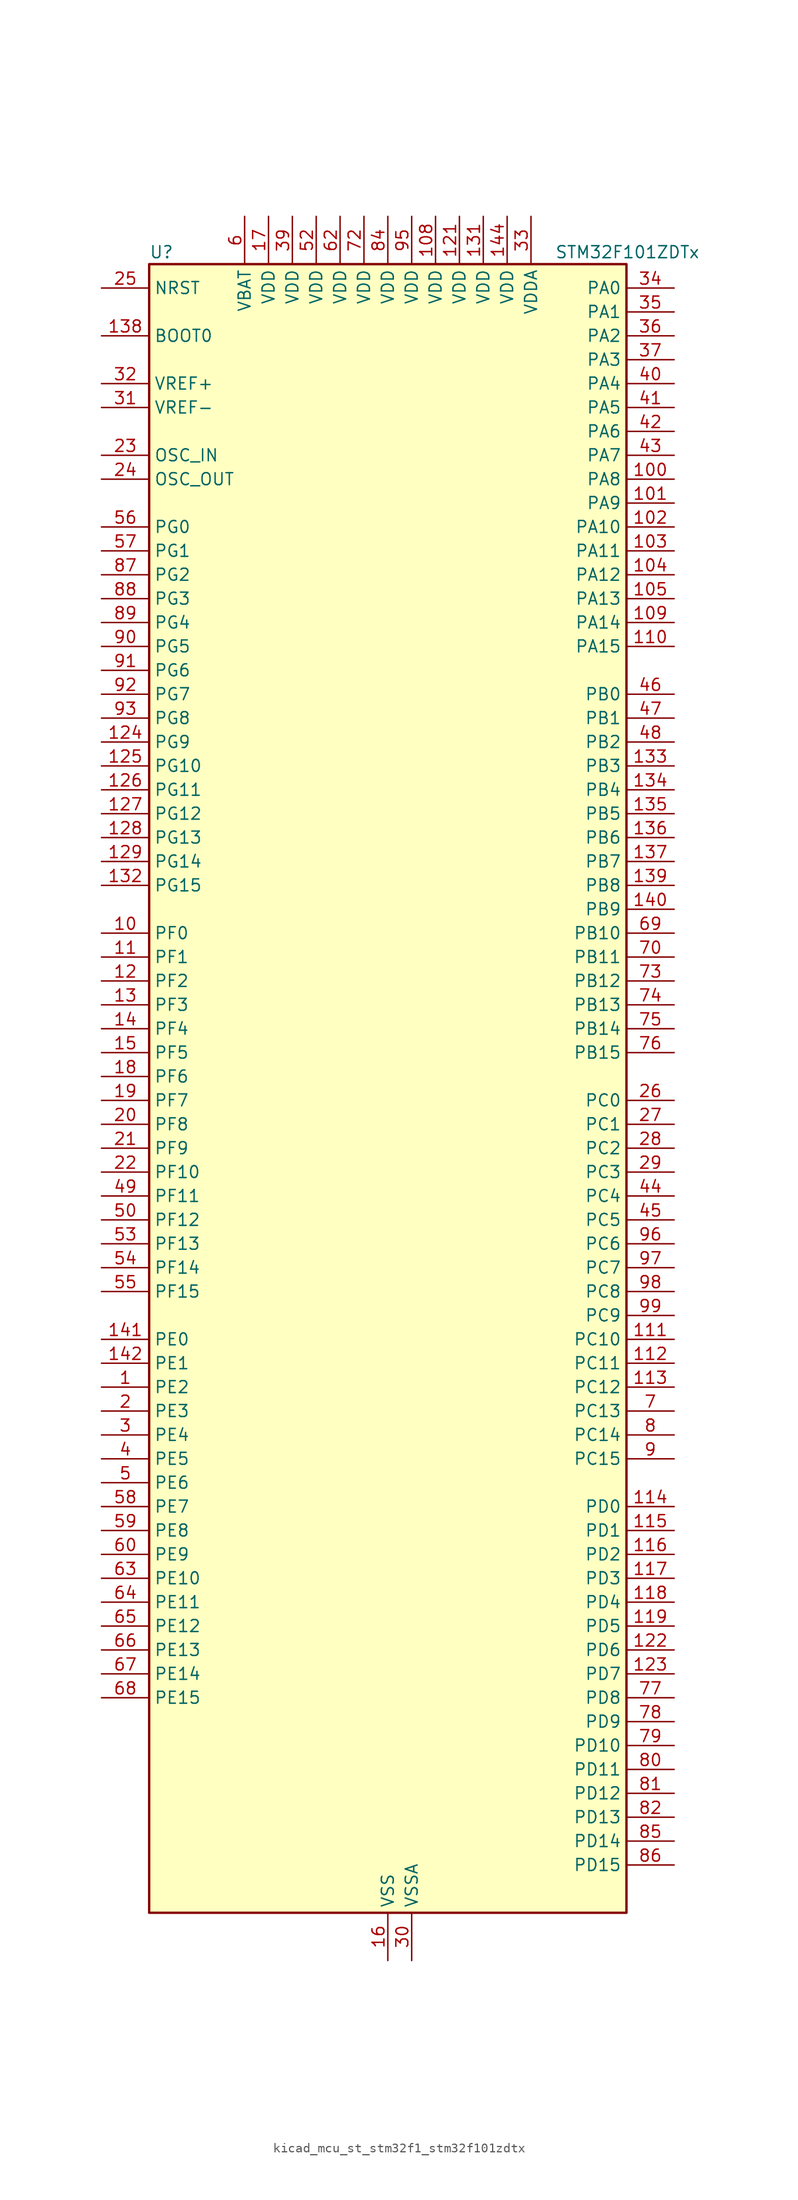
<source format=kicad_sym>
(kicad_symbol_lib
  (version 20220914)
  (generator kicad_symbol_editor)
  (symbol "kicad_mcu_st_stm32f1_stm32f101zdtx"
    (property "Reference" "U"
      (at -25.4 90.17 0)
      (effects (font (size 1.27 1.27)) (justify left)))
    (property "Value" "STM32F101ZDTx"
      (at 17.78 90.17 0)
      (effects (font (size 1.27 1.27)) (justify left)))
    (property "ki_locked" ""
      (at 0 0 0)
      (effects (font (size 1.27 1.27))))
    (symbol "kicad_mcu_st_stm32f1_stm32f101zdtx_0_1"
      (rectangle (start -25.4 -86.36) (end 25.4 88.9) (stroke (width 0.254) (type default)) (fill (type background))))
    (symbol "kicad_mcu_st_stm32f1_stm32f101zdtx_1_1"
      (pin bidirectional line (at -30.48 -30.48 0) (length 5.08) (name "PE2" (effects (font (size 1.27 1.27)))) (number "1" (effects (font (size 1.27 1.27)))) (alternate "FSMC_A23" bidirectional line) (alternate "SYS_TRACECLK" bidirectional line))
      (pin bidirectional line (at -30.48 17.78 0) (length 5.08) (name "PF0" (effects (font (size 1.27 1.27)))) (number "10" (effects (font (size 1.27 1.27)))) (alternate "FSMC_A0" bidirectional line))
      (pin bidirectional line (at 30.48 66.04 180) (length 5.08) (name "PA8" (effects (font (size 1.27 1.27)))) (number "100" (effects (font (size 1.27 1.27)))) (alternate "RCC_MCO" bidirectional line) (alternate "USART1_CK" bidirectional line))
      (pin bidirectional line (at 30.48 63.5 180) (length 5.08) (name "PA9" (effects (font (size 1.27 1.27)))) (number "101" (effects (font (size 1.27 1.27)))) (alternate "DAC_EXTI9" bidirectional line) (alternate "USART1_TX" bidirectional line))
      (pin bidirectional line (at 30.48 60.96 180) (length 5.08) (name "PA10" (effects (font (size 1.27 1.27)))) (number "102" (effects (font (size 1.27 1.27)))) (alternate "USART1_RX" bidirectional line))
      (pin bidirectional line (at 30.48 58.42 180) (length 5.08) (name "PA11" (effects (font (size 1.27 1.27)))) (number "103" (effects (font (size 1.27 1.27)))) (alternate "ADC1_EXTI11" bidirectional line) (alternate "USART1_CTS" bidirectional line))
      (pin bidirectional line (at 30.48 55.88 180) (length 5.08) (name "PA12" (effects (font (size 1.27 1.27)))) (number "104" (effects (font (size 1.27 1.27)))) (alternate "USART1_RTS" bidirectional line))
      (pin bidirectional line (at 30.48 53.34 180) (length 5.08) (name "PA13" (effects (font (size 1.27 1.27)))) (number "105" (effects (font (size 1.27 1.27)))) (alternate "SYS_JTMS-SWDIO" bidirectional line))
      (pin no_connect line (at -25.4 -86.36 0) (length 5.08) hide (name "NC" (effects (font (size 1.27 1.27)))) (number "106" (effects (font (size 1.27 1.27)))))
      (pin passive line (at 0 -91.44 90) (length 5.08) hide (name "VSS" (effects (font (size 1.27 1.27)))) (number "107" (effects (font (size 1.27 1.27)))))
      (pin power_in line (at 5.08 93.98 270) (length 5.08) (name "VDD" (effects (font (size 1.27 1.27)))) (number "108" (effects (font (size 1.27 1.27)))))
      (pin bidirectional line (at 30.48 50.8 180) (length 5.08) (name "PA14" (effects (font (size 1.27 1.27)))) (number "109" (effects (font (size 1.27 1.27)))) (alternate "SYS_JTCK-SWCLK" bidirectional line))
      (pin bidirectional line (at -30.48 15.24 0) (length 5.08) (name "PF1" (effects (font (size 1.27 1.27)))) (number "11" (effects (font (size 1.27 1.27)))) (alternate "FSMC_A1" bidirectional line))
      (pin bidirectional line (at 30.48 48.26 180) (length 5.08) (name "PA15" (effects (font (size 1.27 1.27)))) (number "110" (effects (font (size 1.27 1.27)))) (alternate "ADC1_EXTI15" bidirectional line) (alternate "SPI1_NSS" bidirectional line) (alternate "SPI3_NSS" bidirectional line) (alternate "SYS_JTDI" bidirectional line) (alternate "TIM2_CH1" bidirectional line) (alternate "TIM2_ETR" bidirectional line))
      (pin bidirectional line (at 30.48 -25.4 180) (length 5.08) (name "PC10" (effects (font (size 1.27 1.27)))) (number "111" (effects (font (size 1.27 1.27)))) (alternate "UART4_TX" bidirectional line) (alternate "USART3_TX" bidirectional line))
      (pin bidirectional line (at 30.48 -27.94 180) (length 5.08) (name "PC11" (effects (font (size 1.27 1.27)))) (number "112" (effects (font (size 1.27 1.27)))) (alternate "ADC1_EXTI11" bidirectional line) (alternate "UART4_RX" bidirectional line) (alternate "USART3_RX" bidirectional line))
      (pin bidirectional line (at 30.48 -30.48 180) (length 5.08) (name "PC12" (effects (font (size 1.27 1.27)))) (number "113" (effects (font (size 1.27 1.27)))) (alternate "UART5_TX" bidirectional line) (alternate "USART3_CK" bidirectional line))
      (pin bidirectional line (at 30.48 -43.18 180) (length 5.08) (name "PD0" (effects (font (size 1.27 1.27)))) (number "114" (effects (font (size 1.27 1.27)))) (alternate "FSMC_D2" bidirectional line) (alternate "FSMC_DA2" bidirectional line))
      (pin bidirectional line (at 30.48 -45.72 180) (length 5.08) (name "PD1" (effects (font (size 1.27 1.27)))) (number "115" (effects (font (size 1.27 1.27)))) (alternate "FSMC_D3" bidirectional line) (alternate "FSMC_DA3" bidirectional line))
      (pin bidirectional line (at 30.48 -48.26 180) (length 5.08) (name "PD2" (effects (font (size 1.27 1.27)))) (number "116" (effects (font (size 1.27 1.27)))) (alternate "TIM3_ETR" bidirectional line) (alternate "UART5_RX" bidirectional line))
      (pin bidirectional line (at 30.48 -50.8 180) (length 5.08) (name "PD3" (effects (font (size 1.27 1.27)))) (number "117" (effects (font (size 1.27 1.27)))) (alternate "FSMC_CLK" bidirectional line) (alternate "USART2_CTS" bidirectional line))
      (pin bidirectional line (at 30.48 -53.34 180) (length 5.08) (name "PD4" (effects (font (size 1.27 1.27)))) (number "118" (effects (font (size 1.27 1.27)))) (alternate "FSMC_NOE" bidirectional line) (alternate "USART2_RTS" bidirectional line))
      (pin bidirectional line (at 30.48 -55.88 180) (length 5.08) (name "PD5" (effects (font (size 1.27 1.27)))) (number "119" (effects (font (size 1.27 1.27)))) (alternate "FSMC_NWE" bidirectional line) (alternate "USART2_TX" bidirectional line))
      (pin bidirectional line (at -30.48 12.7 0) (length 5.08) (name "PF2" (effects (font (size 1.27 1.27)))) (number "12" (effects (font (size 1.27 1.27)))) (alternate "FSMC_A2" bidirectional line))
      (pin passive line (at 0 -91.44 90) (length 5.08) hide (name "VSS" (effects (font (size 1.27 1.27)))) (number "120" (effects (font (size 1.27 1.27)))))
      (pin power_in line (at 7.62 93.98 270) (length 5.08) (name "VDD" (effects (font (size 1.27 1.27)))) (number "121" (effects (font (size 1.27 1.27)))))
      (pin bidirectional line (at 30.48 -58.42 180) (length 5.08) (name "PD6" (effects (font (size 1.27 1.27)))) (number "122" (effects (font (size 1.27 1.27)))) (alternate "FSMC_NWAIT" bidirectional line) (alternate "USART2_RX" bidirectional line))
      (pin bidirectional line (at 30.48 -60.96 180) (length 5.08) (name "PD7" (effects (font (size 1.27 1.27)))) (number "123" (effects (font (size 1.27 1.27)))) (alternate "FSMC_NCE2" bidirectional line) (alternate "FSMC_NE1" bidirectional line) (alternate "USART2_CK" bidirectional line))
      (pin bidirectional line (at -30.48 38.1 0) (length 5.08) (name "PG9" (effects (font (size 1.27 1.27)))) (number "124" (effects (font (size 1.27 1.27)))) (alternate "DAC_EXTI9" bidirectional line) (alternate "FSMC_NCE3" bidirectional line) (alternate "FSMC_NE2" bidirectional line))
      (pin bidirectional line (at -30.48 35.56 0) (length 5.08) (name "PG10" (effects (font (size 1.27 1.27)))) (number "125" (effects (font (size 1.27 1.27)))) (alternate "FSMC_NCE4_1" bidirectional line) (alternate "FSMC_NE3" bidirectional line))
      (pin bidirectional line (at -30.48 33.02 0) (length 5.08) (name "PG11" (effects (font (size 1.27 1.27)))) (number "126" (effects (font (size 1.27 1.27)))) (alternate "ADC1_EXTI11" bidirectional line) (alternate "FSMC_NCE4_2" bidirectional line))
      (pin bidirectional line (at -30.48 30.48 0) (length 5.08) (name "PG12" (effects (font (size 1.27 1.27)))) (number "127" (effects (font (size 1.27 1.27)))) (alternate "FSMC_NE4" bidirectional line))
      (pin bidirectional line (at -30.48 27.94 0) (length 5.08) (name "PG13" (effects (font (size 1.27 1.27)))) (number "128" (effects (font (size 1.27 1.27)))) (alternate "FSMC_A24" bidirectional line))
      (pin bidirectional line (at -30.48 25.4 0) (length 5.08) (name "PG14" (effects (font (size 1.27 1.27)))) (number "129" (effects (font (size 1.27 1.27)))) (alternate "FSMC_A25" bidirectional line))
      (pin bidirectional line (at -30.48 10.16 0) (length 5.08) (name "PF3" (effects (font (size 1.27 1.27)))) (number "13" (effects (font (size 1.27 1.27)))) (alternate "FSMC_A3" bidirectional line))
      (pin passive line (at 0 -91.44 90) (length 5.08) hide (name "VSS" (effects (font (size 1.27 1.27)))) (number "130" (effects (font (size 1.27 1.27)))))
      (pin power_in line (at 10.16 93.98 270) (length 5.08) (name "VDD" (effects (font (size 1.27 1.27)))) (number "131" (effects (font (size 1.27 1.27)))))
      (pin bidirectional line (at -30.48 22.86 0) (length 5.08) (name "PG15" (effects (font (size 1.27 1.27)))) (number "132" (effects (font (size 1.27 1.27)))) (alternate "ADC1_EXTI15" bidirectional line))
      (pin bidirectional line (at 30.48 35.56 180) (length 5.08) (name "PB3" (effects (font (size 1.27 1.27)))) (number "133" (effects (font (size 1.27 1.27)))) (alternate "SPI1_SCK" bidirectional line) (alternate "SPI3_SCK" bidirectional line) (alternate "SYS_JTDO-TRACESWO" bidirectional line) (alternate "TIM2_CH2" bidirectional line))
      (pin bidirectional line (at 30.48 33.02 180) (length 5.08) (name "PB4" (effects (font (size 1.27 1.27)))) (number "134" (effects (font (size 1.27 1.27)))) (alternate "SPI1_MISO" bidirectional line) (alternate "SPI3_MISO" bidirectional line) (alternate "SYS_NJTRST" bidirectional line) (alternate "TIM3_CH1" bidirectional line))
      (pin bidirectional line (at 30.48 30.48 180) (length 5.08) (name "PB5" (effects (font (size 1.27 1.27)))) (number "135" (effects (font (size 1.27 1.27)))) (alternate "I2C1_SMBA" bidirectional line) (alternate "SPI1_MOSI" bidirectional line) (alternate "SPI3_MOSI" bidirectional line) (alternate "TIM3_CH2" bidirectional line))
      (pin bidirectional line (at 30.48 27.94 180) (length 5.08) (name "PB6" (effects (font (size 1.27 1.27)))) (number "136" (effects (font (size 1.27 1.27)))) (alternate "I2C1_SCL" bidirectional line) (alternate "TIM4_CH1" bidirectional line) (alternate "USART1_TX" bidirectional line))
      (pin bidirectional line (at 30.48 25.4 180) (length 5.08) (name "PB7" (effects (font (size 1.27 1.27)))) (number "137" (effects (font (size 1.27 1.27)))) (alternate "FSMC_NL" bidirectional line) (alternate "I2C1_SDA" bidirectional line) (alternate "TIM4_CH2" bidirectional line) (alternate "USART1_RX" bidirectional line))
      (pin input line (at -30.48 81.28 0) (length 5.08) (name "BOOT0" (effects (font (size 1.27 1.27)))) (number "138" (effects (font (size 1.27 1.27)))))
      (pin bidirectional line (at 30.48 22.86 180) (length 5.08) (name "PB8" (effects (font (size 1.27 1.27)))) (number "139" (effects (font (size 1.27 1.27)))) (alternate "I2C1_SCL" bidirectional line) (alternate "TIM4_CH3" bidirectional line))
      (pin bidirectional line (at -30.48 7.62 0) (length 5.08) (name "PF4" (effects (font (size 1.27 1.27)))) (number "14" (effects (font (size 1.27 1.27)))) (alternate "FSMC_A4" bidirectional line))
      (pin bidirectional line (at 30.48 20.32 180) (length 5.08) (name "PB9" (effects (font (size 1.27 1.27)))) (number "140" (effects (font (size 1.27 1.27)))) (alternate "DAC_EXTI9" bidirectional line) (alternate "I2C1_SDA" bidirectional line) (alternate "TIM4_CH4" bidirectional line))
      (pin bidirectional line (at -30.48 -25.4 0) (length 5.08) (name "PE0" (effects (font (size 1.27 1.27)))) (number "141" (effects (font (size 1.27 1.27)))) (alternate "FSMC_NBL0" bidirectional line) (alternate "TIM4_ETR" bidirectional line))
      (pin bidirectional line (at -30.48 -27.94 0) (length 5.08) (name "PE1" (effects (font (size 1.27 1.27)))) (number "142" (effects (font (size 1.27 1.27)))) (alternate "FSMC_NBL1" bidirectional line))
      (pin passive line (at 0 -91.44 90) (length 5.08) hide (name "VSS" (effects (font (size 1.27 1.27)))) (number "143" (effects (font (size 1.27 1.27)))))
      (pin power_in line (at 12.7 93.98 270) (length 5.08) (name "VDD" (effects (font (size 1.27 1.27)))) (number "144" (effects (font (size 1.27 1.27)))))
      (pin bidirectional line (at -30.48 5.08 0) (length 5.08) (name "PF5" (effects (font (size 1.27 1.27)))) (number "15" (effects (font (size 1.27 1.27)))) (alternate "FSMC_A5" bidirectional line))
      (pin power_in line (at 0 -91.44 90) (length 5.08) (name "VSS" (effects (font (size 1.27 1.27)))) (number "16" (effects (font (size 1.27 1.27)))))
      (pin power_in line (at -12.7 93.98 270) (length 5.08) (name "VDD" (effects (font (size 1.27 1.27)))) (number "17" (effects (font (size 1.27 1.27)))))
      (pin bidirectional line (at -30.48 2.54 0) (length 5.08) (name "PF6" (effects (font (size 1.27 1.27)))) (number "18" (effects (font (size 1.27 1.27)))) (alternate "FSMC_NIORD" bidirectional line))
      (pin bidirectional line (at -30.48 0 0) (length 5.08) (name "PF7" (effects (font (size 1.27 1.27)))) (number "19" (effects (font (size 1.27 1.27)))) (alternate "FSMC_NREG" bidirectional line))
      (pin bidirectional line (at -30.48 -33.02 0) (length 5.08) (name "PE3" (effects (font (size 1.27 1.27)))) (number "2" (effects (font (size 1.27 1.27)))) (alternate "FSMC_A19" bidirectional line) (alternate "SYS_TRACED0" bidirectional line))
      (pin bidirectional line (at -30.48 -2.54 0) (length 5.08) (name "PF8" (effects (font (size 1.27 1.27)))) (number "20" (effects (font (size 1.27 1.27)))) (alternate "FSMC_NIOWR" bidirectional line))
      (pin bidirectional line (at -30.48 -5.08 0) (length 5.08) (name "PF9" (effects (font (size 1.27 1.27)))) (number "21" (effects (font (size 1.27 1.27)))) (alternate "DAC_EXTI9" bidirectional line) (alternate "FSMC_CD" bidirectional line))
      (pin bidirectional line (at -30.48 -7.62 0) (length 5.08) (name "PF10" (effects (font (size 1.27 1.27)))) (number "22" (effects (font (size 1.27 1.27)))) (alternate "FSMC_INTR" bidirectional line))
      (pin input line (at -30.48 68.58 0) (length 5.08) (name "OSC_IN" (effects (font (size 1.27 1.27)))) (number "23" (effects (font (size 1.27 1.27)))) (alternate "RCC_OSC_IN" bidirectional line))
      (pin input line (at -30.48 66.04 0) (length 5.08) (name "OSC_OUT" (effects (font (size 1.27 1.27)))) (number "24" (effects (font (size 1.27 1.27)))) (alternate "RCC_OSC_OUT" bidirectional line))
      (pin input line (at -30.48 86.36 0) (length 5.08) (name "NRST" (effects (font (size 1.27 1.27)))) (number "25" (effects (font (size 1.27 1.27)))))
      (pin bidirectional line (at 30.48 0 180) (length 5.08) (name "PC0" (effects (font (size 1.27 1.27)))) (number "26" (effects (font (size 1.27 1.27)))) (alternate "ADC1_IN10" bidirectional line))
      (pin bidirectional line (at 30.48 -2.54 180) (length 5.08) (name "PC1" (effects (font (size 1.27 1.27)))) (number "27" (effects (font (size 1.27 1.27)))) (alternate "ADC1_IN11" bidirectional line))
      (pin bidirectional line (at 30.48 -5.08 180) (length 5.08) (name "PC2" (effects (font (size 1.27 1.27)))) (number "28" (effects (font (size 1.27 1.27)))) (alternate "ADC1_IN12" bidirectional line))
      (pin bidirectional line (at 30.48 -7.62 180) (length 5.08) (name "PC3" (effects (font (size 1.27 1.27)))) (number "29" (effects (font (size 1.27 1.27)))) (alternate "ADC1_IN13" bidirectional line))
      (pin bidirectional line (at -30.48 -35.56 0) (length 5.08) (name "PE4" (effects (font (size 1.27 1.27)))) (number "3" (effects (font (size 1.27 1.27)))) (alternate "FSMC_A20" bidirectional line) (alternate "SYS_TRACED1" bidirectional line))
      (pin power_in line (at 2.54 -91.44 90) (length 5.08) (name "VSSA" (effects (font (size 1.27 1.27)))) (number "30" (effects (font (size 1.27 1.27)))))
      (pin input line (at -30.48 73.66 0) (length 5.08) (name "VREF-" (effects (font (size 1.27 1.27)))) (number "31" (effects (font (size 1.27 1.27)))))
      (pin input line (at -30.48 76.2 0) (length 5.08) (name "VREF+" (effects (font (size 1.27 1.27)))) (number "32" (effects (font (size 1.27 1.27)))))
      (pin power_in line (at 15.24 93.98 270) (length 5.08) (name "VDDA" (effects (font (size 1.27 1.27)))) (number "33" (effects (font (size 1.27 1.27)))))
      (pin bidirectional line (at 30.48 86.36 180) (length 5.08) (name "PA0" (effects (font (size 1.27 1.27)))) (number "34" (effects (font (size 1.27 1.27)))) (alternate "ADC1_IN0" bidirectional line) (alternate "SYS_WKUP" bidirectional line) (alternate "TIM2_CH1" bidirectional line) (alternate "TIM2_ETR" bidirectional line) (alternate "TIM5_CH1" bidirectional line) (alternate "USART2_CTS" bidirectional line))
      (pin bidirectional line (at 30.48 83.82 180) (length 5.08) (name "PA1" (effects (font (size 1.27 1.27)))) (number "35" (effects (font (size 1.27 1.27)))) (alternate "ADC1_IN1" bidirectional line) (alternate "TIM2_CH2" bidirectional line) (alternate "TIM5_CH2" bidirectional line) (alternate "USART2_RTS" bidirectional line))
      (pin bidirectional line (at 30.48 81.28 180) (length 5.08) (name "PA2" (effects (font (size 1.27 1.27)))) (number "36" (effects (font (size 1.27 1.27)))) (alternate "ADC1_IN2" bidirectional line) (alternate "TIM2_CH3" bidirectional line) (alternate "TIM5_CH3" bidirectional line) (alternate "USART2_TX" bidirectional line))
      (pin bidirectional line (at 30.48 78.74 180) (length 5.08) (name "PA3" (effects (font (size 1.27 1.27)))) (number "37" (effects (font (size 1.27 1.27)))) (alternate "ADC1_IN3" bidirectional line) (alternate "TIM2_CH4" bidirectional line) (alternate "TIM5_CH4" bidirectional line) (alternate "USART2_RX" bidirectional line))
      (pin passive line (at 0 -91.44 90) (length 5.08) hide (name "VSS" (effects (font (size 1.27 1.27)))) (number "38" (effects (font (size 1.27 1.27)))))
      (pin power_in line (at -10.16 93.98 270) (length 5.08) (name "VDD" (effects (font (size 1.27 1.27)))) (number "39" (effects (font (size 1.27 1.27)))))
      (pin bidirectional line (at -30.48 -38.1 0) (length 5.08) (name "PE5" (effects (font (size 1.27 1.27)))) (number "4" (effects (font (size 1.27 1.27)))) (alternate "FSMC_A21" bidirectional line) (alternate "SYS_TRACED2" bidirectional line))
      (pin bidirectional line (at 30.48 76.2 180) (length 5.08) (name "PA4" (effects (font (size 1.27 1.27)))) (number "40" (effects (font (size 1.27 1.27)))) (alternate "ADC1_IN4" bidirectional line) (alternate "DAC_OUT1" bidirectional line) (alternate "SPI1_NSS" bidirectional line) (alternate "USART2_CK" bidirectional line))
      (pin bidirectional line (at 30.48 73.66 180) (length 5.08) (name "PA5" (effects (font (size 1.27 1.27)))) (number "41" (effects (font (size 1.27 1.27)))) (alternate "ADC1_IN5" bidirectional line) (alternate "DAC_OUT2" bidirectional line) (alternate "SPI1_SCK" bidirectional line))
      (pin bidirectional line (at 30.48 71.12 180) (length 5.08) (name "PA6" (effects (font (size 1.27 1.27)))) (number "42" (effects (font (size 1.27 1.27)))) (alternate "ADC1_IN6" bidirectional line) (alternate "SPI1_MISO" bidirectional line) (alternate "TIM3_CH1" bidirectional line))
      (pin bidirectional line (at 30.48 68.58 180) (length 5.08) (name "PA7" (effects (font (size 1.27 1.27)))) (number "43" (effects (font (size 1.27 1.27)))) (alternate "ADC1_IN7" bidirectional line) (alternate "SPI1_MOSI" bidirectional line) (alternate "TIM3_CH2" bidirectional line))
      (pin bidirectional line (at 30.48 -10.16 180) (length 5.08) (name "PC4" (effects (font (size 1.27 1.27)))) (number "44" (effects (font (size 1.27 1.27)))) (alternate "ADC1_IN14" bidirectional line))
      (pin bidirectional line (at 30.48 -12.7 180) (length 5.08) (name "PC5" (effects (font (size 1.27 1.27)))) (number "45" (effects (font (size 1.27 1.27)))) (alternate "ADC1_IN15" bidirectional line))
      (pin bidirectional line (at 30.48 43.18 180) (length 5.08) (name "PB0" (effects (font (size 1.27 1.27)))) (number "46" (effects (font (size 1.27 1.27)))) (alternate "ADC1_IN8" bidirectional line) (alternate "TIM3_CH3" bidirectional line))
      (pin bidirectional line (at 30.48 40.64 180) (length 5.08) (name "PB1" (effects (font (size 1.27 1.27)))) (number "47" (effects (font (size 1.27 1.27)))) (alternate "ADC1_IN9" bidirectional line) (alternate "TIM3_CH4" bidirectional line))
      (pin bidirectional line (at 30.48 38.1 180) (length 5.08) (name "PB2" (effects (font (size 1.27 1.27)))) (number "48" (effects (font (size 1.27 1.27)))))
      (pin bidirectional line (at -30.48 -10.16 0) (length 5.08) (name "PF11" (effects (font (size 1.27 1.27)))) (number "49" (effects (font (size 1.27 1.27)))) (alternate "ADC1_EXTI11" bidirectional line) (alternate "FSMC_NIOS16" bidirectional line))
      (pin bidirectional line (at -30.48 -40.64 0) (length 5.08) (name "PE6" (effects (font (size 1.27 1.27)))) (number "5" (effects (font (size 1.27 1.27)))) (alternate "FSMC_A22" bidirectional line) (alternate "SYS_TRACED3" bidirectional line))
      (pin bidirectional line (at -30.48 -12.7 0) (length 5.08) (name "PF12" (effects (font (size 1.27 1.27)))) (number "50" (effects (font (size 1.27 1.27)))) (alternate "FSMC_A6" bidirectional line))
      (pin passive line (at 0 -91.44 90) (length 5.08) hide (name "VSS" (effects (font (size 1.27 1.27)))) (number "51" (effects (font (size 1.27 1.27)))))
      (pin power_in line (at -7.62 93.98 270) (length 5.08) (name "VDD" (effects (font (size 1.27 1.27)))) (number "52" (effects (font (size 1.27 1.27)))))
      (pin bidirectional line (at -30.48 -15.24 0) (length 5.08) (name "PF13" (effects (font (size 1.27 1.27)))) (number "53" (effects (font (size 1.27 1.27)))) (alternate "FSMC_A7" bidirectional line))
      (pin bidirectional line (at -30.48 -17.78 0) (length 5.08) (name "PF14" (effects (font (size 1.27 1.27)))) (number "54" (effects (font (size 1.27 1.27)))) (alternate "FSMC_A8" bidirectional line))
      (pin bidirectional line (at -30.48 -20.32 0) (length 5.08) (name "PF15" (effects (font (size 1.27 1.27)))) (number "55" (effects (font (size 1.27 1.27)))) (alternate "ADC1_EXTI15" bidirectional line) (alternate "FSMC_A9" bidirectional line))
      (pin bidirectional line (at -30.48 60.96 0) (length 5.08) (name "PG0" (effects (font (size 1.27 1.27)))) (number "56" (effects (font (size 1.27 1.27)))) (alternate "FSMC_A10" bidirectional line))
      (pin bidirectional line (at -30.48 58.42 0) (length 5.08) (name "PG1" (effects (font (size 1.27 1.27)))) (number "57" (effects (font (size 1.27 1.27)))) (alternate "FSMC_A11" bidirectional line))
      (pin bidirectional line (at -30.48 -43.18 0) (length 5.08) (name "PE7" (effects (font (size 1.27 1.27)))) (number "58" (effects (font (size 1.27 1.27)))) (alternate "FSMC_D4" bidirectional line) (alternate "FSMC_DA4" bidirectional line))
      (pin bidirectional line (at -30.48 -45.72 0) (length 5.08) (name "PE8" (effects (font (size 1.27 1.27)))) (number "59" (effects (font (size 1.27 1.27)))) (alternate "FSMC_D5" bidirectional line) (alternate "FSMC_DA5" bidirectional line))
      (pin power_in line (at -15.24 93.98 270) (length 5.08) (name "VBAT" (effects (font (size 1.27 1.27)))) (number "6" (effects (font (size 1.27 1.27)))))
      (pin bidirectional line (at -30.48 -48.26 0) (length 5.08) (name "PE9" (effects (font (size 1.27 1.27)))) (number "60" (effects (font (size 1.27 1.27)))) (alternate "DAC_EXTI9" bidirectional line) (alternate "FSMC_D6" bidirectional line) (alternate "FSMC_DA6" bidirectional line))
      (pin passive line (at 0 -91.44 90) (length 5.08) hide (name "VSS" (effects (font (size 1.27 1.27)))) (number "61" (effects (font (size 1.27 1.27)))))
      (pin power_in line (at -5.08 93.98 270) (length 5.08) (name "VDD" (effects (font (size 1.27 1.27)))) (number "62" (effects (font (size 1.27 1.27)))))
      (pin bidirectional line (at -30.48 -50.8 0) (length 5.08) (name "PE10" (effects (font (size 1.27 1.27)))) (number "63" (effects (font (size 1.27 1.27)))) (alternate "FSMC_D7" bidirectional line) (alternate "FSMC_DA7" bidirectional line))
      (pin bidirectional line (at -30.48 -53.34 0) (length 5.08) (name "PE11" (effects (font (size 1.27 1.27)))) (number "64" (effects (font (size 1.27 1.27)))) (alternate "ADC1_EXTI11" bidirectional line) (alternate "FSMC_D8" bidirectional line) (alternate "FSMC_DA8" bidirectional line))
      (pin bidirectional line (at -30.48 -55.88 0) (length 5.08) (name "PE12" (effects (font (size 1.27 1.27)))) (number "65" (effects (font (size 1.27 1.27)))) (alternate "FSMC_D9" bidirectional line) (alternate "FSMC_DA9" bidirectional line))
      (pin bidirectional line (at -30.48 -58.42 0) (length 5.08) (name "PE13" (effects (font (size 1.27 1.27)))) (number "66" (effects (font (size 1.27 1.27)))) (alternate "FSMC_D10" bidirectional line) (alternate "FSMC_DA10" bidirectional line))
      (pin bidirectional line (at -30.48 -60.96 0) (length 5.08) (name "PE14" (effects (font (size 1.27 1.27)))) (number "67" (effects (font (size 1.27 1.27)))) (alternate "FSMC_D11" bidirectional line) (alternate "FSMC_DA11" bidirectional line))
      (pin bidirectional line (at -30.48 -63.5 0) (length 5.08) (name "PE15" (effects (font (size 1.27 1.27)))) (number "68" (effects (font (size 1.27 1.27)))) (alternate "ADC1_EXTI15" bidirectional line) (alternate "FSMC_D12" bidirectional line) (alternate "FSMC_DA12" bidirectional line))
      (pin bidirectional line (at 30.48 17.78 180) (length 5.08) (name "PB10" (effects (font (size 1.27 1.27)))) (number "69" (effects (font (size 1.27 1.27)))) (alternate "I2C2_SCL" bidirectional line) (alternate "TIM2_CH3" bidirectional line) (alternate "USART3_TX" bidirectional line))
      (pin bidirectional line (at 30.48 -33.02 180) (length 5.08) (name "PC13" (effects (font (size 1.27 1.27)))) (number "7" (effects (font (size 1.27 1.27)))) (alternate "RTC_OUT" bidirectional line) (alternate "RTC_TAMPER" bidirectional line))
      (pin bidirectional line (at 30.48 15.24 180) (length 5.08) (name "PB11" (effects (font (size 1.27 1.27)))) (number "70" (effects (font (size 1.27 1.27)))) (alternate "ADC1_EXTI11" bidirectional line) (alternate "I2C2_SDA" bidirectional line) (alternate "TIM2_CH4" bidirectional line) (alternate "USART3_RX" bidirectional line))
      (pin passive line (at 0 -91.44 90) (length 5.08) hide (name "VSS" (effects (font (size 1.27 1.27)))) (number "71" (effects (font (size 1.27 1.27)))))
      (pin power_in line (at -2.54 93.98 270) (length 5.08) (name "VDD" (effects (font (size 1.27 1.27)))) (number "72" (effects (font (size 1.27 1.27)))))
      (pin bidirectional line (at 30.48 12.7 180) (length 5.08) (name "PB12" (effects (font (size 1.27 1.27)))) (number "73" (effects (font (size 1.27 1.27)))) (alternate "I2C2_SMBA" bidirectional line) (alternate "SPI2_NSS" bidirectional line) (alternate "USART3_CK" bidirectional line))
      (pin bidirectional line (at 30.48 10.16 180) (length 5.08) (name "PB13" (effects (font (size 1.27 1.27)))) (number "74" (effects (font (size 1.27 1.27)))) (alternate "SPI2_SCK" bidirectional line) (alternate "USART3_CTS" bidirectional line))
      (pin bidirectional line (at 30.48 7.62 180) (length 5.08) (name "PB14" (effects (font (size 1.27 1.27)))) (number "75" (effects (font (size 1.27 1.27)))) (alternate "SPI2_MISO" bidirectional line) (alternate "USART3_RTS" bidirectional line))
      (pin bidirectional line (at 30.48 5.08 180) (length 5.08) (name "PB15" (effects (font (size 1.27 1.27)))) (number "76" (effects (font (size 1.27 1.27)))) (alternate "ADC1_EXTI15" bidirectional line) (alternate "SPI2_MOSI" bidirectional line))
      (pin bidirectional line (at 30.48 -63.5 180) (length 5.08) (name "PD8" (effects (font (size 1.27 1.27)))) (number "77" (effects (font (size 1.27 1.27)))) (alternate "FSMC_D13" bidirectional line) (alternate "FSMC_DA13" bidirectional line) (alternate "USART3_TX" bidirectional line))
      (pin bidirectional line (at 30.48 -66.04 180) (length 5.08) (name "PD9" (effects (font (size 1.27 1.27)))) (number "78" (effects (font (size 1.27 1.27)))) (alternate "DAC_EXTI9" bidirectional line) (alternate "FSMC_D14" bidirectional line) (alternate "FSMC_DA14" bidirectional line) (alternate "USART3_RX" bidirectional line))
      (pin bidirectional line (at 30.48 -68.58 180) (length 5.08) (name "PD10" (effects (font (size 1.27 1.27)))) (number "79" (effects (font (size 1.27 1.27)))) (alternate "FSMC_D15" bidirectional line) (alternate "FSMC_DA15" bidirectional line) (alternate "USART3_CK" bidirectional line))
      (pin bidirectional line (at 30.48 -35.56 180) (length 5.08) (name "PC14" (effects (font (size 1.27 1.27)))) (number "8" (effects (font (size 1.27 1.27)))) (alternate "RCC_OSC32_IN" bidirectional line))
      (pin bidirectional line (at 30.48 -71.12 180) (length 5.08) (name "PD11" (effects (font (size 1.27 1.27)))) (number "80" (effects (font (size 1.27 1.27)))) (alternate "ADC1_EXTI11" bidirectional line) (alternate "FSMC_A16" bidirectional line) (alternate "FSMC_CLE" bidirectional line) (alternate "USART3_CTS" bidirectional line))
      (pin bidirectional line (at 30.48 -73.66 180) (length 5.08) (name "PD12" (effects (font (size 1.27 1.27)))) (number "81" (effects (font (size 1.27 1.27)))) (alternate "FSMC_A17" bidirectional line) (alternate "FSMC_ALE" bidirectional line) (alternate "TIM4_CH1" bidirectional line) (alternate "USART3_RTS" bidirectional line))
      (pin bidirectional line (at 30.48 -76.2 180) (length 5.08) (name "PD13" (effects (font (size 1.27 1.27)))) (number "82" (effects (font (size 1.27 1.27)))) (alternate "FSMC_A18" bidirectional line) (alternate "TIM4_CH2" bidirectional line))
      (pin passive line (at 0 -91.44 90) (length 5.08) hide (name "VSS" (effects (font (size 1.27 1.27)))) (number "83" (effects (font (size 1.27 1.27)))))
      (pin power_in line (at 0 93.98 270) (length 5.08) (name "VDD" (effects (font (size 1.27 1.27)))) (number "84" (effects (font (size 1.27 1.27)))))
      (pin bidirectional line (at 30.48 -78.74 180) (length 5.08) (name "PD14" (effects (font (size 1.27 1.27)))) (number "85" (effects (font (size 1.27 1.27)))) (alternate "FSMC_D0" bidirectional line) (alternate "FSMC_DA0" bidirectional line) (alternate "TIM4_CH3" bidirectional line))
      (pin bidirectional line (at 30.48 -81.28 180) (length 5.08) (name "PD15" (effects (font (size 1.27 1.27)))) (number "86" (effects (font (size 1.27 1.27)))) (alternate "ADC1_EXTI15" bidirectional line) (alternate "FSMC_D1" bidirectional line) (alternate "FSMC_DA1" bidirectional line) (alternate "TIM4_CH4" bidirectional line))
      (pin bidirectional line (at -30.48 55.88 0) (length 5.08) (name "PG2" (effects (font (size 1.27 1.27)))) (number "87" (effects (font (size 1.27 1.27)))) (alternate "FSMC_A12" bidirectional line))
      (pin bidirectional line (at -30.48 53.34 0) (length 5.08) (name "PG3" (effects (font (size 1.27 1.27)))) (number "88" (effects (font (size 1.27 1.27)))) (alternate "FSMC_A13" bidirectional line))
      (pin bidirectional line (at -30.48 50.8 0) (length 5.08) (name "PG4" (effects (font (size 1.27 1.27)))) (number "89" (effects (font (size 1.27 1.27)))) (alternate "FSMC_A14" bidirectional line))
      (pin bidirectional line (at 30.48 -38.1 180) (length 5.08) (name "PC15" (effects (font (size 1.27 1.27)))) (number "9" (effects (font (size 1.27 1.27)))) (alternate "ADC1_EXTI15" bidirectional line) (alternate "RCC_OSC32_OUT" bidirectional line))
      (pin bidirectional line (at -30.48 48.26 0) (length 5.08) (name "PG5" (effects (font (size 1.27 1.27)))) (number "90" (effects (font (size 1.27 1.27)))) (alternate "FSMC_A15" bidirectional line))
      (pin bidirectional line (at -30.48 45.72 0) (length 5.08) (name "PG6" (effects (font (size 1.27 1.27)))) (number "91" (effects (font (size 1.27 1.27)))) (alternate "FSMC_INT2" bidirectional line))
      (pin bidirectional line (at -30.48 43.18 0) (length 5.08) (name "PG7" (effects (font (size 1.27 1.27)))) (number "92" (effects (font (size 1.27 1.27)))) (alternate "FSMC_INT3" bidirectional line))
      (pin bidirectional line (at -30.48 40.64 0) (length 5.08) (name "PG8" (effects (font (size 1.27 1.27)))) (number "93" (effects (font (size 1.27 1.27)))))
      (pin passive line (at 0 -91.44 90) (length 5.08) hide (name "VSS" (effects (font (size 1.27 1.27)))) (number "94" (effects (font (size 1.27 1.27)))))
      (pin power_in line (at 2.54 93.98 270) (length 5.08) (name "VDD" (effects (font (size 1.27 1.27)))) (number "95" (effects (font (size 1.27 1.27)))))
      (pin bidirectional line (at 30.48 -15.24 180) (length 5.08) (name "PC6" (effects (font (size 1.27 1.27)))) (number "96" (effects (font (size 1.27 1.27)))) (alternate "TIM3_CH1" bidirectional line))
      (pin bidirectional line (at 30.48 -17.78 180) (length 5.08) (name "PC7" (effects (font (size 1.27 1.27)))) (number "97" (effects (font (size 1.27 1.27)))) (alternate "TIM3_CH2" bidirectional line))
      (pin bidirectional line (at 30.48 -20.32 180) (length 5.08) (name "PC8" (effects (font (size 1.27 1.27)))) (number "98" (effects (font (size 1.27 1.27)))) (alternate "TIM3_CH3" bidirectional line))
      (pin bidirectional line (at 30.48 -22.86 180) (length 5.08) (name "PC9" (effects (font (size 1.27 1.27)))) (number "99" (effects (font (size 1.27 1.27)))) (alternate "DAC_EXTI9" bidirectional line) (alternate "TIM3_CH4" bidirectional line)))))
</source>
